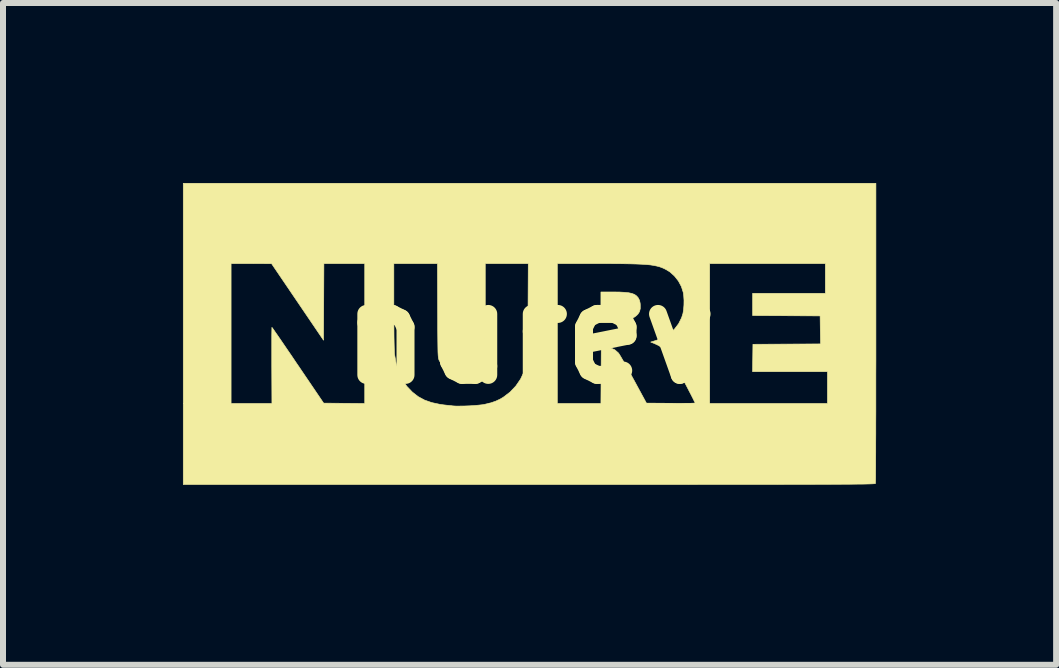
<source format=kicad_pcb>
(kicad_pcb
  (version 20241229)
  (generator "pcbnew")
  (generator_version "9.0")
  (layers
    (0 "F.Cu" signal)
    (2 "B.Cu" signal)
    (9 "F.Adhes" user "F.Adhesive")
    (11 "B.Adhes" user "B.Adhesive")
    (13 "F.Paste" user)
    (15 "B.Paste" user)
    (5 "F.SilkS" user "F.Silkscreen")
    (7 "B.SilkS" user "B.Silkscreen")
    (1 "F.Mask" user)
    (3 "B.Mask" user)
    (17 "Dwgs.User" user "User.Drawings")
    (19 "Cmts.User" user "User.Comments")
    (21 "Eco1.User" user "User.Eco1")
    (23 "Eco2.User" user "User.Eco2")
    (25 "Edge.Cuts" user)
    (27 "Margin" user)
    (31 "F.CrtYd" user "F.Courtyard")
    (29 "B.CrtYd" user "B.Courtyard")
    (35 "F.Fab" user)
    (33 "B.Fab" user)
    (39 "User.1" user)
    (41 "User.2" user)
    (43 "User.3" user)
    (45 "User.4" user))
  (footprint "nurev"
    (layer "F.Cu")
    (at 5.778 2.51)
    (property "Reference" "nurev" (at 0 0 0) (layer "F.SilkS") (effects (font (size 1.524 1.524) (thickness 0.3))))
    (attr through_hole)
    (fp_poly (pts (xy 1.496 -0.692) (xy 1.583 -0.687) (xy 1.652 -0.68) (xy 1.706 -0.668) (xy 1.748 -0.652) (xy 1.78 -0.63) (xy 1.806 -0.602) (xy 1.812 -0.593) (xy 1.832 -0.554) (xy 1.843 -0.506) (xy 1.845 -0.478) (xy 1.845 -0.414) (xy 1.832 -0.365) (xy 1.806 -0.324) (xy 1.783 -0.301) (xy 1.752 -0.277) (xy 1.718 -0.259) (xy 1.676 -0.246) (xy 1.624 -0.236) (xy 1.558 -0.229) (xy 1.475 -0.224) (xy 1.406 -0.222) (xy 1.189 -0.217) (xy 1.189 -0.693) (xy 1.39 -0.693) (xy 1.496 -0.692)) (stroke (width 0.01) (type solid)) (fill yes) (layer "F.SilkS"))
    (fp_poly (pts (xy 5.773 -0.012) (xy 5.773 0.226) (xy 5.773 0.458) (xy 5.772 0.684) (xy 5.772 0.901) (xy 5.772 1.109) (xy 5.772 1.307) (xy 5.771 1.493) (xy 5.771 1.667) (xy 5.77 1.827) (xy 5.77 1.973) (xy 5.769 2.103) (xy 5.769 2.217) (xy 5.768 2.313) (xy 5.768 2.39) (xy 5.767 2.448) (xy 5.766 2.484) (xy 5.766 2.499) (xy 5.766 2.499) (xy 5.764 2.5) (xy 5.759 2.501) (xy 5.75 2.503) (xy 5.737 2.504) (xy 5.719 2.505) (xy 5.696 2.506) (xy 5.667 2.507) (xy 5.631 2.508) (xy 5.588 2.509) (xy 5.537 2.51) (xy 5.478 2.51) (xy 5.41 2.511) (xy 5.332 2.512) (xy 5.244 2.512) (xy 5.145 2.513) (xy 5.035 2.513) (xy 4.913 2.514) (xy 4.779 2.514) (xy 4.632 2.515) (xy 4.471 2.515) (xy 4.295 2.515) (xy 4.105 2.516) (xy 3.899 2.516) (xy 3.678 2.516) (xy 3.439 2.516) (xy 3.184 2.516) (xy 2.911 2.516) (xy 2.619 2.517) (xy 2.309 2.517) (xy 1.979 2.517) (xy 1.629 2.517) (xy 1.258 2.517) (xy 0.865 2.517) (xy 0.451 2.517) (xy 0.015 2.517) (xy -5.773 2.517) (xy -5.773 -1.166) (xy -4.976 -1.166) (xy -4.976 1.166) (xy -4.295 1.166) (xy -4.298 0.531) (xy -4.298 0.412) (xy -4.298 0.301) (xy -4.298 0.199) (xy -4.298 0.108) (xy -4.298 0.031) (xy -4.297 -0.031) (xy -4.296 -0.075) (xy -4.296 -0.099) (xy -4.295 -0.103) (xy -4.288 -0.094) (xy -4.268 -0.067) (xy -4.239 -0.024) (xy -4.199 0.033) (xy -4.151 0.103) (xy -4.095 0.185) (xy -4.033 0.276) (xy -3.965 0.375) (xy -3.894 0.481) (xy -3.861 0.529) (xy -3.433 1.16) (xy -3.09 1.163) (xy -2.748 1.166) (xy -2.748 -1.166) (xy -2.263 -1.166) (xy -2.263 -0.459) (xy -2.263 -0.313) (xy -2.262 -0.177) (xy -2.261 -0.052) (xy -2.26 0.06) (xy -2.258 0.156) (xy -2.256 0.236) (xy -2.254 0.297) (xy -2.252 0.337) (xy -2.251 0.347) (xy -2.223 0.506) (xy -2.18 0.647) (xy -2.122 0.771) (xy -2.048 0.877) (xy -2.043 0.883) (xy -1.954 0.976) (xy -1.858 1.051) (xy -1.751 1.109) (xy -1.631 1.151) (xy -1.495 1.18) (xy -1.432 1.189) (xy -1.379 1.195) (xy -1.329 1.2) (xy -1.292 1.204) (xy -1.282 1.206) (xy -1.231 1.209) (xy -1.164 1.209) (xy -1.086 1.208) (xy -1.003 1.205) (xy -0.921 1.2) (xy -0.845 1.193) (xy -0.781 1.186) (xy -0.745 1.179) (xy -0.645 1.155) (xy -0.562 1.126) (xy -0.488 1.091) (xy -0.439 1.062) (xy -0.326 0.976) (xy -0.23 0.875) (xy -0.151 0.76) (xy -0.089 0.629) (xy -0.055 0.525) (xy -0.05 0.507) (xy -0.046 0.489) (xy -0.042 0.47) (xy -0.039 0.448) (xy -0.036 0.421) (xy -0.034 0.387) (xy -0.032 0.345) (xy -0.031 0.293) (xy -0.03 0.229) (xy -0.029 0.151) (xy -0.028 0.057) (xy -0.027 -0.054) (xy -0.027 -0.184) (xy -0.026 -0.336) (xy -0.026 -0.367) (xy -0.022 -1.166) (xy 0.462 -1.166) (xy 0.462 1.166) (xy 1.189 1.166) (xy 1.192 0.696) (xy 1.195 0.225) (xy 1.267 0.227) (xy 1.35 0.239) (xy 1.421 0.271) (xy 1.479 0.322) (xy 1.481 0.324) (xy 1.495 0.344) (xy 1.518 0.382) (xy 1.549 0.435) (xy 1.587 0.501) (xy 1.63 0.577) (xy 1.677 0.661) (xy 1.725 0.75) (xy 1.733 0.764) (xy 1.948 1.16) (xy 2.354 1.163) (xy 2.448 1.164) (xy 2.534 1.164) (xy 2.61 1.163) (xy 2.674 1.163) (xy 2.721 1.161) (xy 2.751 1.16) (xy 2.759 1.158) (xy 2.754 1.145) (xy 2.739 1.115) (xy 2.717 1.07) (xy 2.688 1.013) (xy 2.654 0.948) (xy 2.617 0.876) (xy 2.577 0.801) (xy 2.538 0.726) (xy 2.499 0.653) (xy 2.463 0.586) (xy 2.431 0.527) (xy 2.405 0.479) (xy 2.385 0.445) (xy 2.376 0.43) (xy 2.318 0.349) (xy 2.264 0.287) (xy 2.21 0.239) (xy 2.152 0.2) (xy 2.086 0.169) (xy 2.082 0.167) (xy 2.019 0.142) (xy 2.116 0.112) (xy 2.229 0.066) (xy 2.329 0.003) (xy 2.415 -0.074) (xy 2.484 -0.164) (xy 2.534 -0.264) (xy 2.557 -0.337) (xy 2.567 -0.4) (xy 2.573 -0.476) (xy 2.574 -0.556) (xy 2.569 -0.631) (xy 2.562 -0.683) (xy 2.53 -0.784) (xy 2.48 -0.877) (xy 2.413 -0.961) (xy 2.335 -1.03) (xy 2.277 -1.065) (xy 2.24 -1.084) (xy 2.203 -1.1) (xy 2.163 -1.114) (xy 2.12 -1.125) (xy 2.071 -1.135) (xy 2.015 -1.144) (xy 1.949 -1.15) (xy 1.873 -1.155) (xy 1.784 -1.159) (xy 1.68 -1.162) (xy 1.56 -1.164) (xy 1.422 -1.165) (xy 1.264 -1.166) (xy 1.136 -1.166) (xy 3.002 -1.166) (xy 3.002 1.166) (xy 4.965 1.166) (xy 4.965 0.635) (xy 3.717 0.635) (xy 3.72 0.407) (xy 3.723 0.179) (xy 4.286 0.176) (xy 4.85 0.173) (xy 4.846 -0.061) (xy 4.843 -0.294) (xy 3.718 -0.3) (xy 3.718 -0.67) (xy 4.93 -0.67) (xy 4.93 -1.166) (xy 3.002 -1.166) (xy 1.136 -1.166) (xy 0.462 -1.166) (xy -0.022 -1.166) (xy -0.739 -1.166) (xy -0.739 -0.422) (xy -0.739 -0.251) (xy -0.74 -0.099) (xy -0.741 0.033) (xy -0.742 0.145) (xy -0.744 0.236) (xy -0.746 0.306) (xy -0.748 0.354) (xy -0.751 0.379) (xy -0.751 0.379) (xy -0.776 0.452) (xy -0.816 0.52) (xy -0.866 0.576) (xy -0.893 0.597) (xy -0.945 0.628) (xy -0.998 0.648) (xy -1.059 0.659) (xy -1.134 0.663) (xy -1.149 0.663) (xy -1.204 0.662) (xy -1.245 0.657) (xy -1.281 0.648) (xy -1.32 0.632) (xy -1.325 0.63) (xy -1.403 0.582) (xy -1.465 0.518) (xy -1.505 0.452) (xy -1.51 0.441) (xy -1.514 0.43) (xy -1.517 0.417) (xy -1.52 0.4) (xy -1.523 0.377) (xy -1.525 0.347) (xy -1.527 0.308) (xy -1.528 0.259) (xy -1.529 0.197) (xy -1.53 0.121) (xy -1.531 0.028) (xy -1.532 -0.081) (xy -1.532 -0.21) (xy -1.533 -0.361) (xy -1.533 -0.384) (xy -1.536 -1.166) (xy -2.263 -1.166) (xy -2.748 -1.166) (xy -3.429 -1.166) (xy -3.432 -0.527) (xy -3.435 0.111) (xy -3.868 -0.527) (xy -4.301 -1.165) (xy -4.638 -1.166) (xy -4.976 -1.166) (xy -5.773 -1.166) (xy -5.773 -2.505) (xy 5.773 -2.505) (xy 5.773 -0.012)) (stroke (width 0.01) (type solid)) (fill yes) (layer "F.SilkS")))
  (gr_rect
    (start -3 -3)
    (end 14.555 8.032)
    (stroke (width 0.1) (type default))
    (fill no)
    (layer "Edge.Cuts")))
</source>
